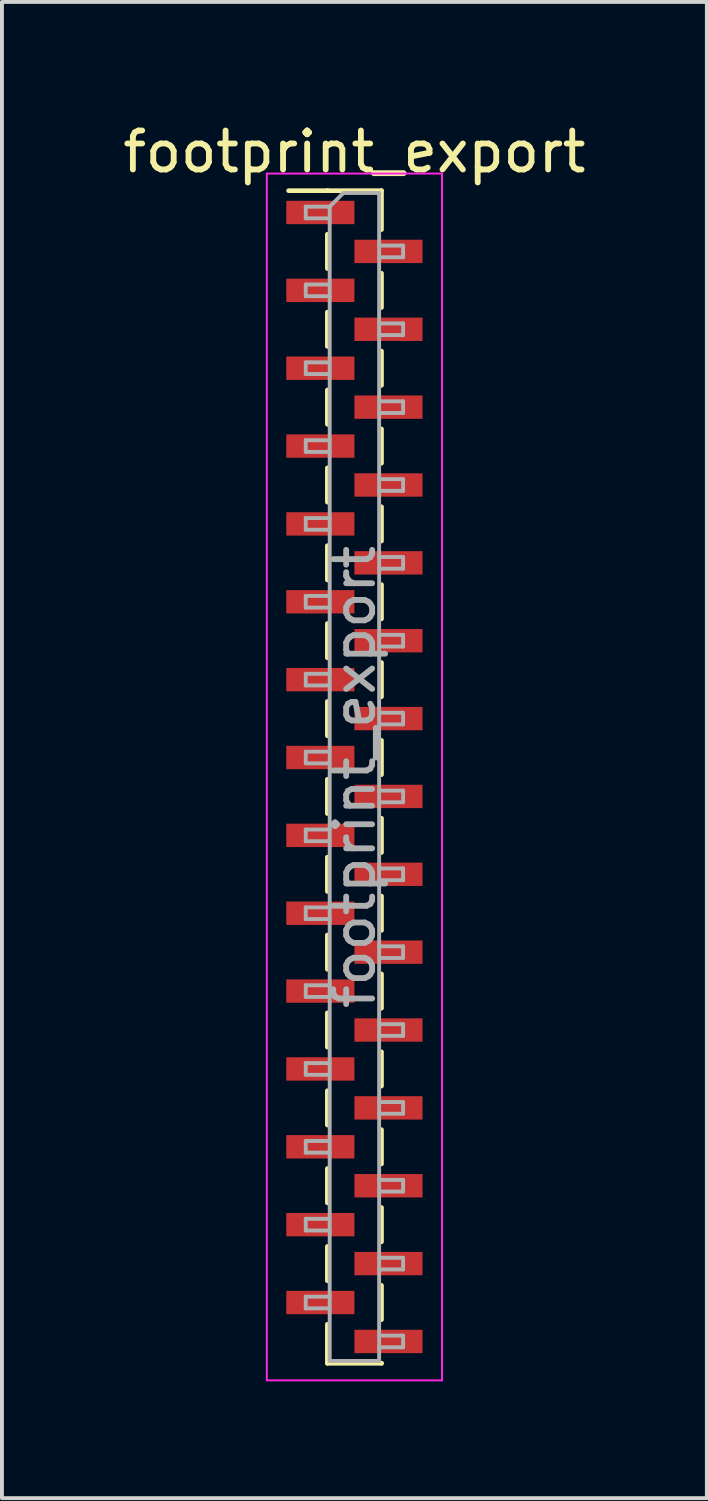
<source format=kicad_pcb>
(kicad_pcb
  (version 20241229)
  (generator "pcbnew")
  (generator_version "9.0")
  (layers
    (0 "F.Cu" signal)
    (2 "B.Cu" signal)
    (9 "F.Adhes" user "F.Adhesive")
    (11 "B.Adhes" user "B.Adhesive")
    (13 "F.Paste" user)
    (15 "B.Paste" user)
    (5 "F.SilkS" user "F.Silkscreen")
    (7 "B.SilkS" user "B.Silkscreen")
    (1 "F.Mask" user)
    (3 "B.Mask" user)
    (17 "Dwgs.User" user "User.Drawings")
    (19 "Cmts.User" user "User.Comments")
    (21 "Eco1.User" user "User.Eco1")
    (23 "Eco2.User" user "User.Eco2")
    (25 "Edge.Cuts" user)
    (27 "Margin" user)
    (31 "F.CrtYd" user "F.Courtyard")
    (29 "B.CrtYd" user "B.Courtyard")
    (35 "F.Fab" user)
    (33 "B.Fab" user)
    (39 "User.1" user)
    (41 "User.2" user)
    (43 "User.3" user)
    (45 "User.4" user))
  (footprint "footprint_export"
    (layer "F.Cu")
    (at 6.054 16.908)
    (property "Reference" "footprint_export" (at 0 -16.06 0) (layer "F.SilkS") (effects (font (size 1 1) (thickness 0.15))))
    (attr smd)
    (fp_line (start -0.695 -15.06) (end -1.69 -15.06) (stroke (width 0.12) (type solid)) (layer "F.SilkS"))
    (fp_line (start -0.695 -15.06) (end -0.695 -15.06) (stroke (width 0.12) (type solid)) (layer "F.SilkS"))
    (fp_line (start -0.695 -15.06) (end 0.695 -15.06) (stroke (width 0.12) (type solid)) (layer "F.SilkS"))
    (fp_line (start -0.695 -13.94) (end -0.695 -13.06) (stroke (width 0.12) (type solid)) (layer "F.SilkS"))
    (fp_line (start -0.695 -11.94) (end -0.695 -11.06) (stroke (width 0.12) (type solid)) (layer "F.SilkS"))
    (fp_line (start -0.695 -9.94) (end -0.695 -9.06) (stroke (width 0.12) (type solid)) (layer "F.SilkS"))
    (fp_line (start -0.695 -7.94) (end -0.695 -7.06) (stroke (width 0.12) (type solid)) (layer "F.SilkS"))
    (fp_line (start -0.695 -5.94) (end -0.695 -5.06) (stroke (width 0.12) (type solid)) (layer "F.SilkS"))
    (fp_line (start -0.695 -3.94) (end -0.695 -3.06) (stroke (width 0.12) (type solid)) (layer "F.SilkS"))
    (fp_line (start -0.695 -1.94) (end -0.695 -1.06) (stroke (width 0.12) (type solid)) (layer "F.SilkS"))
    (fp_line (start -0.695 0.06) (end -0.695 0.94) (stroke (width 0.12) (type solid)) (layer "F.SilkS"))
    (fp_line (start -0.695 2.06) (end -0.695 2.94) (stroke (width 0.12) (type solid)) (layer "F.SilkS"))
    (fp_line (start -0.695 4.06) (end -0.695 4.94) (stroke (width 0.12) (type solid)) (layer "F.SilkS"))
    (fp_line (start -0.695 6.06) (end -0.695 6.94) (stroke (width 0.12) (type solid)) (layer "F.SilkS"))
    (fp_line (start -0.695 8.06) (end -0.695 8.94) (stroke (width 0.12) (type solid)) (layer "F.SilkS"))
    (fp_line (start -0.695 10.06) (end -0.695 10.94) (stroke (width 0.12) (type solid)) (layer "F.SilkS"))
    (fp_line (start -0.695 12.06) (end -0.695 12.94) (stroke (width 0.12) (type solid)) (layer "F.SilkS"))
    (fp_line (start -0.695 14.06) (end -0.695 15.06) (stroke (width 0.12) (type solid)) (layer "F.SilkS"))
    (fp_line (start -0.695 15.06) (end 0.695 15.06) (stroke (width 0.12) (type solid)) (layer "F.SilkS"))
    (fp_line (start 0.695 -15.06) (end 0.695 -14.06) (stroke (width 0.12) (type solid)) (layer "F.SilkS"))
    (fp_line (start 0.695 -12.94) (end 0.695 -12.06) (stroke (width 0.12) (type solid)) (layer "F.SilkS"))
    (fp_line (start 0.695 -10.94) (end 0.695 -10.06) (stroke (width 0.12) (type solid)) (layer "F.SilkS"))
    (fp_line (start 0.695 -8.94) (end 0.695 -8.06) (stroke (width 0.12) (type solid)) (layer "F.SilkS"))
    (fp_line (start 0.695 -6.94) (end 0.695 -6.06) (stroke (width 0.12) (type solid)) (layer "F.SilkS"))
    (fp_line (start 0.695 -4.94) (end 0.695 -4.06) (stroke (width 0.12) (type solid)) (layer "F.SilkS"))
    (fp_line (start 0.695 -2.94) (end 0.695 -2.06) (stroke (width 0.12) (type solid)) (layer "F.SilkS"))
    (fp_line (start 0.695 -0.94) (end 0.695 -0.06) (stroke (width 0.12) (type solid)) (layer "F.SilkS"))
    (fp_line (start 0.695 1.06) (end 0.695 1.94) (stroke (width 0.12) (type solid)) (layer "F.SilkS"))
    (fp_line (start 0.695 3.06) (end 0.695 3.94) (stroke (width 0.12) (type solid)) (layer "F.SilkS"))
    (fp_line (start 0.695 5.06) (end 0.695 5.94) (stroke (width 0.12) (type solid)) (layer "F.SilkS"))
    (fp_line (start 0.695 7.06) (end 0.695 7.94) (stroke (width 0.12) (type solid)) (layer "F.SilkS"))
    (fp_line (start 0.695 9.06) (end 0.695 9.94) (stroke (width 0.12) (type solid)) (layer "F.SilkS"))
    (fp_line (start 0.695 11.06) (end 0.695 11.94) (stroke (width 0.12) (type solid)) (layer "F.SilkS"))
    (fp_line (start 0.695 13.06) (end 0.695 13.94) (stroke (width 0.12) (type solid)) (layer "F.SilkS"))
    (fp_line (start 0.695 15.06) (end 0.695 15.06) (stroke (width 0.12) (type solid)) (layer "F.SilkS"))
    (fp_line (start -2.25 -15.5) (end -2.25 15.5) (stroke (width 0.05) (type solid)) (layer "F.CrtYd"))
    (fp_line (start -2.25 15.5) (end 2.25 15.5) (stroke (width 0.05) (type solid)) (layer "F.CrtYd"))
    (fp_line (start 2.25 -15.5) (end -2.25 -15.5) (stroke (width 0.05) (type solid)) (layer "F.CrtYd"))
    (fp_line (start 2.25 15.5) (end 2.25 -15.5) (stroke (width 0.05) (type solid)) (layer "F.CrtYd"))
    (fp_line (start -1.25 -14.65) (end -1.25 -14.35) (stroke (width 0.1) (type solid)) (layer "F.Fab"))
    (fp_line (start -1.25 -14.35) (end -0.635 -14.35) (stroke (width 0.1) (type solid)) (layer "F.Fab"))
    (fp_line (start -1.25 -12.65) (end -1.25 -12.35) (stroke (width 0.1) (type solid)) (layer "F.Fab"))
    (fp_line (start -1.25 -12.35) (end -0.635 -12.35) (stroke (width 0.1) (type solid)) (layer "F.Fab"))
    (fp_line (start -1.25 -10.65) (end -1.25 -10.35) (stroke (width 0.1) (type solid)) (layer "F.Fab"))
    (fp_line (start -1.25 -10.35) (end -0.635 -10.35) (stroke (width 0.1) (type solid)) (layer "F.Fab"))
    (fp_line (start -1.25 -8.65) (end -1.25 -8.35) (stroke (width 0.1) (type solid)) (layer "F.Fab"))
    (fp_line (start -1.25 -8.35) (end -0.635 -8.35) (stroke (width 0.1) (type solid)) (layer "F.Fab"))
    (fp_line (start -1.25 -6.65) (end -1.25 -6.35) (stroke (width 0.1) (type solid)) (layer "F.Fab"))
    (fp_line (start -1.25 -6.35) (end -0.635 -6.35) (stroke (width 0.1) (type solid)) (layer "F.Fab"))
    (fp_line (start -1.25 -4.65) (end -1.25 -4.35) (stroke (width 0.1) (type solid)) (layer "F.Fab"))
    (fp_line (start -1.25 -4.35) (end -0.635 -4.35) (stroke (width 0.1) (type solid)) (layer "F.Fab"))
    (fp_line (start -1.25 -2.65) (end -1.25 -2.35) (stroke (width 0.1) (type solid)) (layer "F.Fab"))
    (fp_line (start -1.25 -2.35) (end -0.635 -2.35) (stroke (width 0.1) (type solid)) (layer "F.Fab"))
    (fp_line (start -1.25 -0.65) (end -1.25 -0.35) (stroke (width 0.1) (type solid)) (layer "F.Fab"))
    (fp_line (start -1.25 -0.35) (end -0.635 -0.35) (stroke (width 0.1) (type solid)) (layer "F.Fab"))
    (fp_line (start -1.25 1.35) (end -1.25 1.65) (stroke (width 0.1) (type solid)) (layer "F.Fab"))
    (fp_line (start -1.25 1.65) (end -0.635 1.65) (stroke (width 0.1) (type solid)) (layer "F.Fab"))
    (fp_line (start -1.25 3.35) (end -1.25 3.65) (stroke (width 0.1) (type solid)) (layer "F.Fab"))
    (fp_line (start -1.25 3.65) (end -0.635 3.65) (stroke (width 0.1) (type solid)) (layer "F.Fab"))
    (fp_line (start -1.25 5.35) (end -1.25 5.65) (stroke (width 0.1) (type solid)) (layer "F.Fab"))
    (fp_line (start -1.25 5.65) (end -0.635 5.65) (stroke (width 0.1) (type solid)) (layer "F.Fab"))
    (fp_line (start -1.25 7.35) (end -1.25 7.65) (stroke (width 0.1) (type solid)) (layer "F.Fab"))
    (fp_line (start -1.25 7.65) (end -0.635 7.65) (stroke (width 0.1) (type solid)) (layer "F.Fab"))
    (fp_line (start -1.25 9.35) (end -1.25 9.65) (stroke (width 0.1) (type solid)) (layer "F.Fab"))
    (fp_line (start -1.25 9.65) (end -0.635 9.65) (stroke (width 0.1) (type solid)) (layer "F.Fab"))
    (fp_line (start -1.25 11.35) (end -1.25 11.65) (stroke (width 0.1) (type solid)) (layer "F.Fab"))
    (fp_line (start -1.25 11.65) (end -0.635 11.65) (stroke (width 0.1) (type solid)) (layer "F.Fab"))
    (fp_line (start -1.25 13.35) (end -1.25 13.65) (stroke (width 0.1) (type solid)) (layer "F.Fab"))
    (fp_line (start -1.25 13.65) (end -0.635 13.65) (stroke (width 0.1) (type solid)) (layer "F.Fab"))
    (fp_line (start -0.635 -14.65) (end -1.25 -14.65) (stroke (width 0.1) (type solid)) (layer "F.Fab"))
    (fp_line (start -0.635 -14.65) (end -0.285 -15) (stroke (width 0.1) (type solid)) (layer "F.Fab"))
    (fp_line (start -0.635 -12.65) (end -1.25 -12.65) (stroke (width 0.1) (type solid)) (layer "F.Fab"))
    (fp_line (start -0.635 -10.65) (end -1.25 -10.65) (stroke (width 0.1) (type solid)) (layer "F.Fab"))
    (fp_line (start -0.635 -8.65) (end -1.25 -8.65) (stroke (width 0.1) (type solid)) (layer "F.Fab"))
    (fp_line (start -0.635 -6.65) (end -1.25 -6.65) (stroke (width 0.1) (type solid)) (layer "F.Fab"))
    (fp_line (start -0.635 -4.65) (end -1.25 -4.65) (stroke (width 0.1) (type solid)) (layer "F.Fab"))
    (fp_line (start -0.635 -2.65) (end -1.25 -2.65) (stroke (width 0.1) (type solid)) (layer "F.Fab"))
    (fp_line (start -0.635 -0.65) (end -1.25 -0.65) (stroke (width 0.1) (type solid)) (layer "F.Fab"))
    (fp_line (start -0.635 1.35) (end -1.25 1.35) (stroke (width 0.1) (type solid)) (layer "F.Fab"))
    (fp_line (start -0.635 3.35) (end -1.25 3.35) (stroke (width 0.1) (type solid)) (layer "F.Fab"))
    (fp_line (start -0.635 5.35) (end -1.25 5.35) (stroke (width 0.1) (type solid)) (layer "F.Fab"))
    (fp_line (start -0.635 7.35) (end -1.25 7.35) (stroke (width 0.1) (type solid)) (layer "F.Fab"))
    (fp_line (start -0.635 9.35) (end -1.25 9.35) (stroke (width 0.1) (type solid)) (layer "F.Fab"))
    (fp_line (start -0.635 11.35) (end -1.25 11.35) (stroke (width 0.1) (type solid)) (layer "F.Fab"))
    (fp_line (start -0.635 13.35) (end -1.25 13.35) (stroke (width 0.1) (type solid)) (layer "F.Fab"))
    (fp_line (start -0.635 15) (end -0.635 -14.65) (stroke (width 0.1) (type solid)) (layer "F.Fab"))
    (fp_line (start -0.285 -15) (end 0.635 -15) (stroke (width 0.1) (type solid)) (layer "F.Fab"))
    (fp_line (start 0.635 -15) (end 0.635 15) (stroke (width 0.1) (type solid)) (layer "F.Fab"))
    (fp_line (start 0.635 -13.65) (end 1.25 -13.65) (stroke (width 0.1) (type solid)) (layer "F.Fab"))
    (fp_line (start 0.635 -11.65) (end 1.25 -11.65) (stroke (width 0.1) (type solid)) (layer "F.Fab"))
    (fp_line (start 0.635 -9.65) (end 1.25 -9.65) (stroke (width 0.1) (type solid)) (layer "F.Fab"))
    (fp_line (start 0.635 -7.65) (end 1.25 -7.65) (stroke (width 0.1) (type solid)) (layer "F.Fab"))
    (fp_line (start 0.635 -5.65) (end 1.25 -5.65) (stroke (width 0.1) (type solid)) (layer "F.Fab"))
    (fp_line (start 0.635 -3.65) (end 1.25 -3.65) (stroke (width 0.1) (type solid)) (layer "F.Fab"))
    (fp_line (start 0.635 -1.65) (end 1.25 -1.65) (stroke (width 0.1) (type solid)) (layer "F.Fab"))
    (fp_line (start 0.635 0.35) (end 1.25 0.35) (stroke (width 0.1) (type solid)) (layer "F.Fab"))
    (fp_line (start 0.635 2.35) (end 1.25 2.35) (stroke (width 0.1) (type solid)) (layer "F.Fab"))
    (fp_line (start 0.635 4.35) (end 1.25 4.35) (stroke (width 0.1) (type solid)) (layer "F.Fab"))
    (fp_line (start 0.635 6.35) (end 1.25 6.35) (stroke (width 0.1) (type solid)) (layer "F.Fab"))
    (fp_line (start 0.635 8.35) (end 1.25 8.35) (stroke (width 0.1) (type solid)) (layer "F.Fab"))
    (fp_line (start 0.635 10.35) (end 1.25 10.35) (stroke (width 0.1) (type solid)) (layer "F.Fab"))
    (fp_line (start 0.635 12.35) (end 1.25 12.35) (stroke (width 0.1) (type solid)) (layer "F.Fab"))
    (fp_line (start 0.635 14.35) (end 1.25 14.35) (stroke (width 0.1) (type solid)) (layer "F.Fab"))
    (fp_line (start 0.635 15) (end -0.635 15) (stroke (width 0.1) (type solid)) (layer "F.Fab"))
    (fp_line (start 1.25 -13.65) (end 1.25 -13.35) (stroke (width 0.1) (type solid)) (layer "F.Fab"))
    (fp_line (start 1.25 -13.35) (end 0.635 -13.35) (stroke (width 0.1) (type solid)) (layer "F.Fab"))
    (fp_line (start 1.25 -11.65) (end 1.25 -11.35) (stroke (width 0.1) (type solid)) (layer "F.Fab"))
    (fp_line (start 1.25 -11.35) (end 0.635 -11.35) (stroke (width 0.1) (type solid)) (layer "F.Fab"))
    (fp_line (start 1.25 -9.65) (end 1.25 -9.35) (stroke (width 0.1) (type solid)) (layer "F.Fab"))
    (fp_line (start 1.25 -9.35) (end 0.635 -9.35) (stroke (width 0.1) (type solid)) (layer "F.Fab"))
    (fp_line (start 1.25 -7.65) (end 1.25 -7.35) (stroke (width 0.1) (type solid)) (layer "F.Fab"))
    (fp_line (start 1.25 -7.35) (end 0.635 -7.35) (stroke (width 0.1) (type solid)) (layer "F.Fab"))
    (fp_line (start 1.25 -5.65) (end 1.25 -5.35) (stroke (width 0.1) (type solid)) (layer "F.Fab"))
    (fp_line (start 1.25 -5.35) (end 0.635 -5.35) (stroke (width 0.1) (type solid)) (layer "F.Fab"))
    (fp_line (start 1.25 -3.65) (end 1.25 -3.35) (stroke (width 0.1) (type solid)) (layer "F.Fab"))
    (fp_line (start 1.25 -3.35) (end 0.635 -3.35) (stroke (width 0.1) (type solid)) (layer "F.Fab"))
    (fp_line (start 1.25 -1.65) (end 1.25 -1.35) (stroke (width 0.1) (type solid)) (layer "F.Fab"))
    (fp_line (start 1.25 -1.35) (end 0.635 -1.35) (stroke (width 0.1) (type solid)) (layer "F.Fab"))
    (fp_line (start 1.25 0.35) (end 1.25 0.65) (stroke (width 0.1) (type solid)) (layer "F.Fab"))
    (fp_line (start 1.25 0.65) (end 0.635 0.65) (stroke (width 0.1) (type solid)) (layer "F.Fab"))
    (fp_line (start 1.25 2.35) (end 1.25 2.65) (stroke (width 0.1) (type solid)) (layer "F.Fab"))
    (fp_line (start 1.25 2.65) (end 0.635 2.65) (stroke (width 0.1) (type solid)) (layer "F.Fab"))
    (fp_line (start 1.25 4.35) (end 1.25 4.65) (stroke (width 0.1) (type solid)) (layer "F.Fab"))
    (fp_line (start 1.25 4.65) (end 0.635 4.65) (stroke (width 0.1) (type solid)) (layer "F.Fab"))
    (fp_line (start 1.25 6.35) (end 1.25 6.65) (stroke (width 0.1) (type solid)) (layer "F.Fab"))
    (fp_line (start 1.25 6.65) (end 0.635 6.65) (stroke (width 0.1) (type solid)) (layer "F.Fab"))
    (fp_line (start 1.25 8.35) (end 1.25 8.65) (stroke (width 0.1) (type solid)) (layer "F.Fab"))
    (fp_line (start 1.25 8.65) (end 0.635 8.65) (stroke (width 0.1) (type solid)) (layer "F.Fab"))
    (fp_line (start 1.25 10.35) (end 1.25 10.65) (stroke (width 0.1) (type solid)) (layer "F.Fab"))
    (fp_line (start 1.25 10.65) (end 0.635 10.65) (stroke (width 0.1) (type solid)) (layer "F.Fab"))
    (fp_line (start 1.25 12.35) (end 1.25 12.65) (stroke (width 0.1) (type solid)) (layer "F.Fab"))
    (fp_line (start 1.25 12.65) (end 0.635 12.65) (stroke (width 0.1) (type solid)) (layer "F.Fab"))
    (fp_line (start 1.25 14.35) (end 1.25 14.65) (stroke (width 0.1) (type solid)) (layer "F.Fab"))
    (fp_line (start 1.25 14.65) (end 0.635 14.65) (stroke (width 0.1) (type solid)) (layer "F.Fab"))
    (fp_text user "${REFERENCE}" (at 0 0 90) (layer "F.Fab") (effects (font (size 1 1) (thickness 0.15))))
    (pad "1" smd rect (at -0.875 -14.5) (size 1.75 0.6) (layers "F.Cu" "F.Mask" "F.Paste"))
    (pad "2" smd rect (at 0.875 -13.5) (size 1.75 0.6) (layers "F.Cu" "F.Mask" "F.Paste"))
    (pad "3" smd rect (at -0.875 -12.5) (size 1.75 0.6) (layers "F.Cu" "F.Mask" "F.Paste"))
    (pad "4" smd rect (at 0.875 -11.5) (size 1.75 0.6) (layers "F.Cu" "F.Mask" "F.Paste"))
    (pad "5" smd rect (at -0.875 -10.5) (size 1.75 0.6) (layers "F.Cu" "F.Mask" "F.Paste"))
    (pad "6" smd rect (at 0.875 -9.5) (size 1.75 0.6) (layers "F.Cu" "F.Mask" "F.Paste"))
    (pad "7" smd rect (at -0.875 -8.5) (size 1.75 0.6) (layers "F.Cu" "F.Mask" "F.Paste"))
    (pad "8" smd rect (at 0.875 -7.5) (size 1.75 0.6) (layers "F.Cu" "F.Mask" "F.Paste"))
    (pad "9" smd rect (at -0.875 -6.5) (size 1.75 0.6) (layers "F.Cu" "F.Mask" "F.Paste"))
    (pad "10" smd rect (at 0.875 -5.5) (size 1.75 0.6) (layers "F.Cu" "F.Mask" "F.Paste"))
    (pad "11" smd rect (at -0.875 -4.5) (size 1.75 0.6) (layers "F.Cu" "F.Mask" "F.Paste"))
    (pad "12" smd rect (at 0.875 -3.5) (size 1.75 0.6) (layers "F.Cu" "F.Mask" "F.Paste"))
    (pad "13" smd rect (at -0.875 -2.5) (size 1.75 0.6) (layers "F.Cu" "F.Mask" "F.Paste"))
    (pad "14" smd rect (at 0.875 -1.5) (size 1.75 0.6) (layers "F.Cu" "F.Mask" "F.Paste"))
    (pad "15" smd rect (at -0.875 -0.5) (size 1.75 0.6) (layers "F.Cu" "F.Mask" "F.Paste"))
    (pad "16" smd rect (at 0.875 0.5) (size 1.75 0.6) (layers "F.Cu" "F.Mask" "F.Paste"))
    (pad "17" smd rect (at -0.875 1.5) (size 1.75 0.6) (layers "F.Cu" "F.Mask" "F.Paste"))
    (pad "18" smd rect (at 0.875 2.5) (size 1.75 0.6) (layers "F.Cu" "F.Mask" "F.Paste"))
    (pad "19" smd rect (at -0.875 3.5) (size 1.75 0.6) (layers "F.Cu" "F.Mask" "F.Paste"))
    (pad "20" smd rect (at 0.875 4.5) (size 1.75 0.6) (layers "F.Cu" "F.Mask" "F.Paste"))
    (pad "21" smd rect (at -0.875 5.5) (size 1.75 0.6) (layers "F.Cu" "F.Mask" "F.Paste"))
    (pad "22" smd rect (at 0.875 6.5) (size 1.75 0.6) (layers "F.Cu" "F.Mask" "F.Paste"))
    (pad "23" smd rect (at -0.875 7.5) (size 1.75 0.6) (layers "F.Cu" "F.Mask" "F.Paste"))
    (pad "24" smd rect (at 0.875 8.5) (size 1.75 0.6) (layers "F.Cu" "F.Mask" "F.Paste"))
    (pad "25" smd rect (at -0.875 9.5) (size 1.75 0.6) (layers "F.Cu" "F.Mask" "F.Paste"))
    (pad "26" smd rect (at 0.875 10.5) (size 1.75 0.6) (layers "F.Cu" "F.Mask" "F.Paste"))
    (pad "27" smd rect (at -0.875 11.5) (size 1.75 0.6) (layers "F.Cu" "F.Mask" "F.Paste"))
    (pad "28" smd rect (at 0.875 12.5) (size 1.75 0.6) (layers "F.Cu" "F.Mask" "F.Paste"))
    (pad "29" smd rect (at -0.875 13.5) (size 1.75 0.6) (layers "F.Cu" "F.Mask" "F.Paste"))
    (pad "30" smd rect (at 0.875 14.5) (size 1.75 0.6) (layers "F.Cu" "F.Mask" "F.Paste")))
  (gr_rect
    (start -3 -3)
    (end 15.107 35.433)
    (stroke (width 0.1) (type default))
    (fill no)
    (layer "Edge.Cuts")))
</source>
